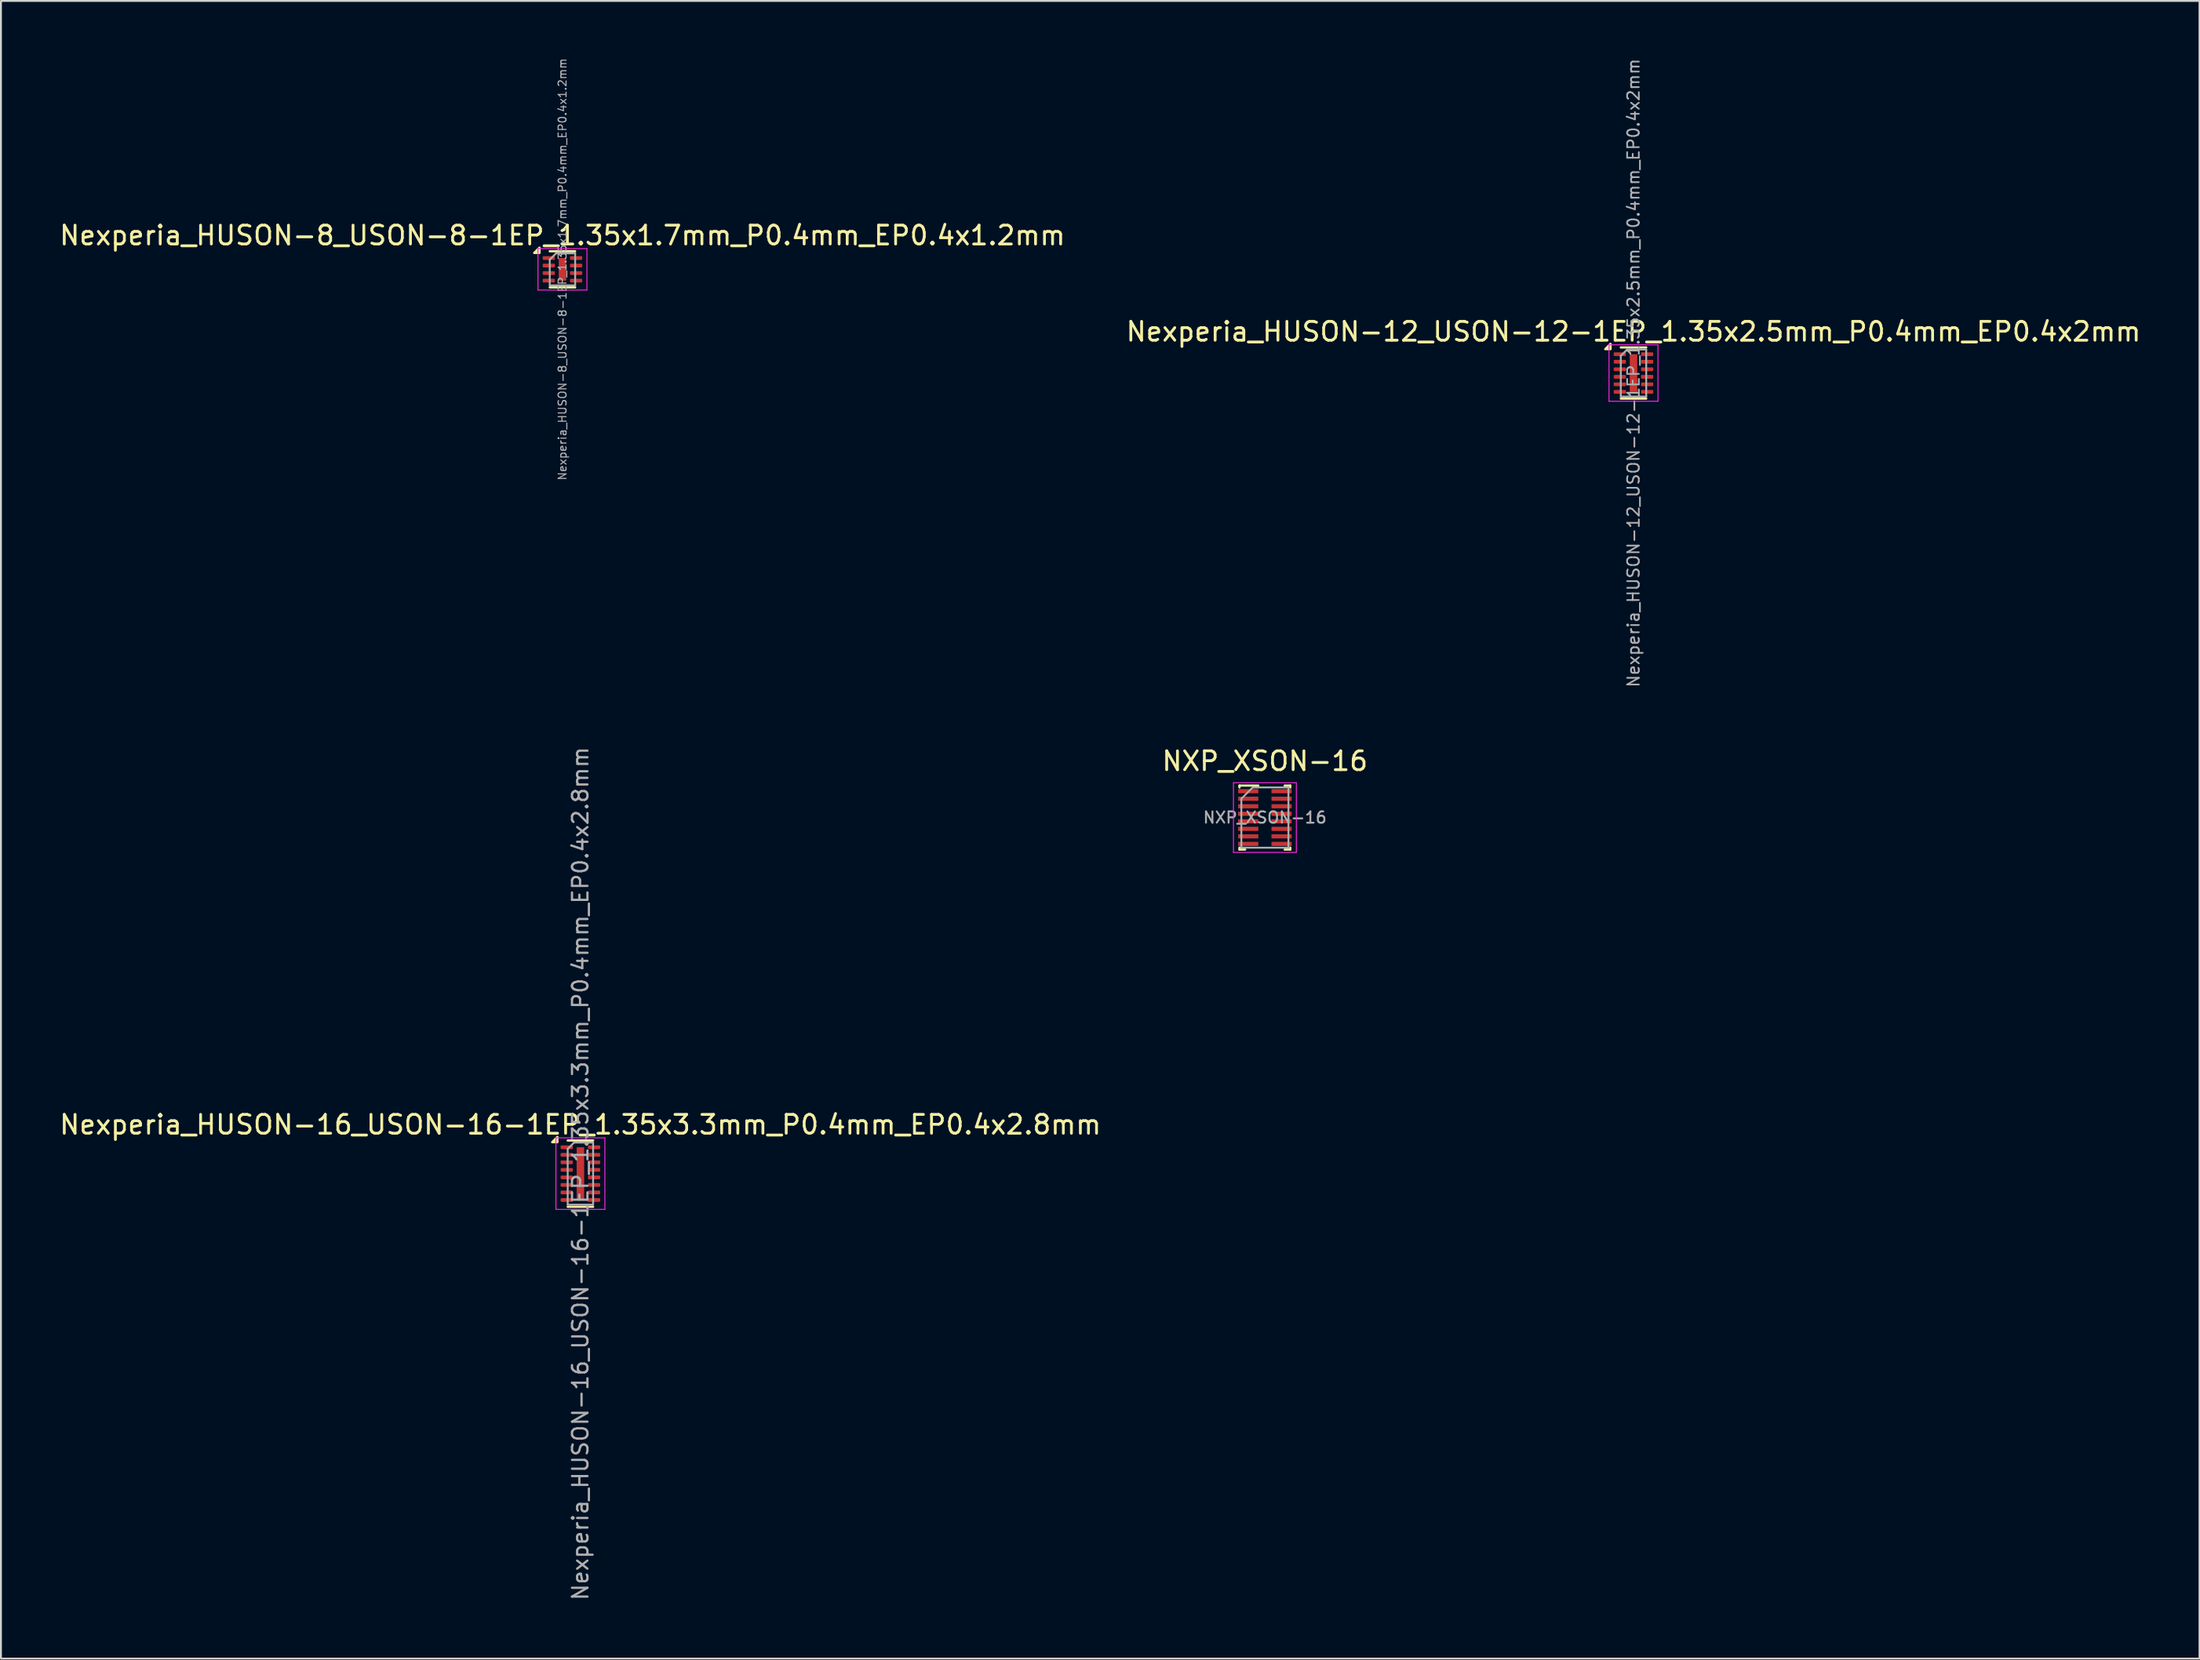
<source format=kicad_pcb>
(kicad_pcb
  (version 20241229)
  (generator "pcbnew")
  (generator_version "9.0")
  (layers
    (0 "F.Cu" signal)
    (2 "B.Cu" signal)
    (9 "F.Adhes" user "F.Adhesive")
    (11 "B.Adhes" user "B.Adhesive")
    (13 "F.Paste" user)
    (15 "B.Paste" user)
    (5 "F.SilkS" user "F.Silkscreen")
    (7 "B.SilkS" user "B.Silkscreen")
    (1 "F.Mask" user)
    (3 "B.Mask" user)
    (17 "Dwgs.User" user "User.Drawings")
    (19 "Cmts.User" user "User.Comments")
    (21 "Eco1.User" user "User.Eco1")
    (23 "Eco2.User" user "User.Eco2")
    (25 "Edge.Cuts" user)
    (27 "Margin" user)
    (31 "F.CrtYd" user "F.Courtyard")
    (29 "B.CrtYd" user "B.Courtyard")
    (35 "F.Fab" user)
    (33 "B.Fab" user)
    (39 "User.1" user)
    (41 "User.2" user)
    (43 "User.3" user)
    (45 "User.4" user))
  (footprint "Nexperia_HUSON-16_USON-16-1EP_1.35x3.3mm_P0.4mm_EP0.4x2.8mm"
    (layer "F.Cu")
    (at 27.768 59.303)
    (property "Reference" "Nexperia_HUSON-16_USON-16-1EP_1.35x3.3mm_P0.4mm_EP0.4x2.8mm" (at 0 -2.6 0) (layer "F.SilkS") (effects (font (size 1 1) (thickness 0.15))))
    (attr smd)
    (fp_line (start -0.675 -1.76) (end 0.675 -1.76) (stroke (width 0.12) (type solid)) (layer "F.SilkS"))
    (fp_line (start -0.675 1.76) (end 0.675 1.76) (stroke (width 0.12) (type solid)) (layer "F.SilkS"))
    (fp_poly (pts (xy -1.22 -1.67) (xy -1.5 -1.67) (xy -1.22 -1.95) (xy -1.22 -1.67)) (stroke (width 0.12) (type solid)) (fill yes) (layer "F.SilkS"))
    (fp_line (start -1.3 -1.9) (end -1.3 1.9) (stroke (width 0.05) (type solid)) (layer "F.CrtYd"))
    (fp_line (start -1.3 1.9) (end 1.3 1.9) (stroke (width 0.05) (type solid)) (layer "F.CrtYd"))
    (fp_line (start 1.3 -1.9) (end -1.3 -1.9) (stroke (width 0.05) (type solid)) (layer "F.CrtYd"))
    (fp_line (start 1.3 1.9) (end 1.3 -1.9) (stroke (width 0.05) (type solid)) (layer "F.CrtYd"))
    (fp_line (start -0.675 -1.312) (end -0.338 -1.65) (stroke (width 0.1) (type solid)) (layer "F.Fab"))
    (fp_line (start -0.675 1.65) (end -0.675 -1.312) (stroke (width 0.1) (type solid)) (layer "F.Fab"))
    (fp_line (start -0.338 -1.65) (end 0.675 -1.65) (stroke (width 0.1) (type solid)) (layer "F.Fab"))
    (fp_line (start 0.675 -1.65) (end 0.675 1.65) (stroke (width 0.1) (type solid)) (layer "F.Fab"))
    (fp_line (start 0.675 1.65) (end -0.675 1.65) (stroke (width 0.1) (type solid)) (layer "F.Fab"))
    (fp_text user "${REFERENCE}" (at 0 0 90) (layer "F.Fab") (effects (font (size 0.82 0.82) (thickness 0.12))))
    (pad "" smd roundrect (at 0 0) (size 0.32 2.26) (layers "F.Paste") (roundrect_rratio 0.25))
    (pad "1" smd roundrect (at -0.725 -1.4) (size 0.65 0.2) (layers "F.Cu" "F.Mask" "F.Paste") (roundrect_rratio 0.25))
    (pad "2" smd roundrect (at -0.725 -1) (size 0.65 0.2) (layers "F.Cu" "F.Mask" "F.Paste") (roundrect_rratio 0.25))
    (pad "3" smd roundrect (at -0.725 -0.6) (size 0.65 0.2) (layers "F.Cu" "F.Mask" "F.Paste") (roundrect_rratio 0.25))
    (pad "4" smd roundrect (at -0.725 -0.2) (size 0.65 0.2) (layers "F.Cu" "F.Mask" "F.Paste") (roundrect_rratio 0.25))
    (pad "5" smd roundrect (at -0.725 0.2) (size 0.65 0.2) (layers "F.Cu" "F.Mask" "F.Paste") (roundrect_rratio 0.25))
    (pad "6" smd roundrect (at -0.725 0.6) (size 0.65 0.2) (layers "F.Cu" "F.Mask" "F.Paste") (roundrect_rratio 0.25))
    (pad "7" smd roundrect (at -0.725 1) (size 0.65 0.2) (layers "F.Cu" "F.Mask" "F.Paste") (roundrect_rratio 0.25))
    (pad "8" smd roundrect (at -0.725 1.4) (size 0.65 0.2) (layers "F.Cu" "F.Mask" "F.Paste") (roundrect_rratio 0.25))
    (pad "9" smd roundrect (at 0.725 1.4) (size 0.65 0.2) (layers "F.Cu" "F.Mask" "F.Paste") (roundrect_rratio 0.25))
    (pad "10" smd roundrect (at 0.725 1) (size 0.65 0.2) (layers "F.Cu" "F.Mask" "F.Paste") (roundrect_rratio 0.25))
    (pad "11" smd roundrect (at 0.725 0.6) (size 0.65 0.2) (layers "F.Cu" "F.Mask" "F.Paste") (roundrect_rratio 0.25))
    (pad "12" smd roundrect (at 0.725 0.2) (size 0.65 0.2) (layers "F.Cu" "F.Mask" "F.Paste") (roundrect_rratio 0.25))
    (pad "13" smd roundrect (at 0.725 -0.2) (size 0.65 0.2) (layers "F.Cu" "F.Mask" "F.Paste") (roundrect_rratio 0.25))
    (pad "14" smd roundrect (at 0.725 -0.6) (size 0.65 0.2) (layers "F.Cu" "F.Mask" "F.Paste") (roundrect_rratio 0.25))
    (pad "15" smd roundrect (at 0.725 -1) (size 0.65 0.2) (layers "F.Cu" "F.Mask" "F.Paste") (roundrect_rratio 0.25))
    (pad "16" smd roundrect (at 0.725 -1.4) (size 0.65 0.2) (layers "F.Cu" "F.Mask" "F.Paste") (roundrect_rratio 0.25))
    (pad "17" smd rect (at 0 0) (size 0.4 2.8) (property pad_prop_heatsink) (layers "F.Cu" "F.Mask")))
  (footprint "Nexperia_HUSON-12_USON-12-1EP_1.35x2.5mm_P0.4mm_EP0.4x2mm"
    (layer "F.Cu")
    (at 83.685 16.769)
    (property "Reference" "Nexperia_HUSON-12_USON-12-1EP_1.35x2.5mm_P0.4mm_EP0.4x2mm" (at 0 -2.2 0) (layer "F.SilkS") (effects (font (size 1 1) (thickness 0.15))))
    (attr smd)
    (fp_line (start -0.675 -1.36) (end 0.675 -1.36) (stroke (width 0.12) (type solid)) (layer "F.SilkS"))
    (fp_line (start -0.675 1.36) (end 0.675 1.36) (stroke (width 0.12) (type solid)) (layer "F.SilkS"))
    (fp_poly (pts (xy -1.22 -1.27) (xy -1.5 -1.27) (xy -1.22 -1.55) (xy -1.22 -1.27)) (stroke (width 0.12) (type solid)) (fill yes) (layer "F.SilkS"))
    (fp_line (start -1.3 -1.5) (end -1.3 1.5) (stroke (width 0.05) (type solid)) (layer "F.CrtYd"))
    (fp_line (start -1.3 1.5) (end 1.3 1.5) (stroke (width 0.05) (type solid)) (layer "F.CrtYd"))
    (fp_line (start 1.3 -1.5) (end -1.3 -1.5) (stroke (width 0.05) (type solid)) (layer "F.CrtYd"))
    (fp_line (start 1.3 1.5) (end 1.3 -1.5) (stroke (width 0.05) (type solid)) (layer "F.CrtYd"))
    (fp_line (start -0.675 -0.912) (end -0.338 -1.25) (stroke (width 0.1) (type solid)) (layer "F.Fab"))
    (fp_line (start -0.675 1.25) (end -0.675 -0.912) (stroke (width 0.1) (type solid)) (layer "F.Fab"))
    (fp_line (start -0.338 -1.25) (end 0.675 -1.25) (stroke (width 0.1) (type solid)) (layer "F.Fab"))
    (fp_line (start 0.675 -1.25) (end 0.675 1.25) (stroke (width 0.1) (type solid)) (layer "F.Fab"))
    (fp_line (start 0.675 1.25) (end -0.675 1.25) (stroke (width 0.1) (type solid)) (layer "F.Fab"))
    (fp_text user "${REFERENCE}" (at 0 0 90) (layer "F.Fab") (effects (font (size 0.62 0.62) (thickness 0.09))))
    (pad "" smd roundrect (at 0 0) (size 0.32 1.61) (layers "F.Paste") (roundrect_rratio 0.25))
    (pad "1" smd roundrect (at -0.725 -1) (size 0.65 0.2) (layers "F.Cu" "F.Mask" "F.Paste") (roundrect_rratio 0.25))
    (pad "2" smd roundrect (at -0.725 -0.6) (size 0.65 0.2) (layers "F.Cu" "F.Mask" "F.Paste") (roundrect_rratio 0.25))
    (pad "3" smd roundrect (at -0.725 -0.2) (size 0.65 0.2) (layers "F.Cu" "F.Mask" "F.Paste") (roundrect_rratio 0.25))
    (pad "4" smd roundrect (at -0.725 0.2) (size 0.65 0.2) (layers "F.Cu" "F.Mask" "F.Paste") (roundrect_rratio 0.25))
    (pad "5" smd roundrect (at -0.725 0.6) (size 0.65 0.2) (layers "F.Cu" "F.Mask" "F.Paste") (roundrect_rratio 0.25))
    (pad "6" smd roundrect (at -0.725 1) (size 0.65 0.2) (layers "F.Cu" "F.Mask" "F.Paste") (roundrect_rratio 0.25))
    (pad "7" smd roundrect (at 0.725 1) (size 0.65 0.2) (layers "F.Cu" "F.Mask" "F.Paste") (roundrect_rratio 0.25))
    (pad "8" smd roundrect (at 0.725 0.6) (size 0.65 0.2) (layers "F.Cu" "F.Mask" "F.Paste") (roundrect_rratio 0.25))
    (pad "9" smd roundrect (at 0.725 0.2) (size 0.65 0.2) (layers "F.Cu" "F.Mask" "F.Paste") (roundrect_rratio 0.25))
    (pad "10" smd roundrect (at 0.725 -0.2) (size 0.65 0.2) (layers "F.Cu" "F.Mask" "F.Paste") (roundrect_rratio 0.25))
    (pad "11" smd roundrect (at 0.725 -0.6) (size 0.65 0.2) (layers "F.Cu" "F.Mask" "F.Paste") (roundrect_rratio 0.25))
    (pad "12" smd roundrect (at 0.725 -1) (size 0.65 0.2) (layers "F.Cu" "F.Mask" "F.Paste") (roundrect_rratio 0.25))
    (pad "13" smd rect (at 0 0) (size 0.4 2) (property pad_prop_heatsink) (layers "F.Cu" "F.Mask")))
  (footprint "Nexperia_HUSON-8_USON-8-1EP_1.35x1.7mm_P0.4mm_EP0.4x1.2mm"
    (layer "F.Cu")
    (at 26.815 11.258)
    (property "Reference" "Nexperia_HUSON-8_USON-8-1EP_1.35x1.7mm_P0.4mm_EP0.4x1.2mm" (at 0 -1.8 0) (layer "F.SilkS") (effects (font (size 1 1) (thickness 0.15))))
    (attr smd)
    (fp_line (start -0.675 -0.96) (end 0.675 -0.96) (stroke (width 0.12) (type solid)) (layer "F.SilkS"))
    (fp_line (start -0.675 0.96) (end 0.675 0.96) (stroke (width 0.12) (type solid)) (layer "F.SilkS"))
    (fp_poly (pts (xy -1.22 -0.87) (xy -1.5 -0.87) (xy -1.22 -1.15) (xy -1.22 -0.87)) (stroke (width 0.12) (type solid)) (fill yes) (layer "F.SilkS"))
    (fp_line (start -1.3 -1.1) (end -1.3 1.1) (stroke (width 0.05) (type solid)) (layer "F.CrtYd"))
    (fp_line (start -1.3 1.1) (end 1.3 1.1) (stroke (width 0.05) (type solid)) (layer "F.CrtYd"))
    (fp_line (start 1.3 -1.1) (end -1.3 -1.1) (stroke (width 0.05) (type solid)) (layer "F.CrtYd"))
    (fp_line (start 1.3 1.1) (end 1.3 -1.1) (stroke (width 0.05) (type solid)) (layer "F.CrtYd"))
    (fp_line (start -0.675 -0.512) (end -0.338 -0.85) (stroke (width 0.1) (type solid)) (layer "F.Fab"))
    (fp_line (start -0.675 0.85) (end -0.675 -0.512) (stroke (width 0.1) (type solid)) (layer "F.Fab"))
    (fp_line (start -0.338 -0.85) (end 0.675 -0.85) (stroke (width 0.1) (type solid)) (layer "F.Fab"))
    (fp_line (start 0.675 -0.85) (end 0.675 0.85) (stroke (width 0.1) (type solid)) (layer "F.Fab"))
    (fp_line (start 0.675 0.85) (end -0.675 0.85) (stroke (width 0.1) (type solid)) (layer "F.Fab"))
    (fp_text user "${REFERENCE}" (at 0 0 90) (layer "F.Fab") (effects (font (size 0.42 0.42) (thickness 0.06))))
    (pad "" smd roundrect (at 0 0) (size 0.32 0.97) (layers "F.Paste") (roundrect_rratio 0.25))
    (pad "1" smd roundrect (at -0.725 -0.6) (size 0.65 0.2) (layers "F.Cu" "F.Mask" "F.Paste") (roundrect_rratio 0.25))
    (pad "2" smd roundrect (at -0.725 -0.2) (size 0.65 0.2) (layers "F.Cu" "F.Mask" "F.Paste") (roundrect_rratio 0.25))
    (pad "3" smd roundrect (at -0.725 0.2) (size 0.65 0.2) (layers "F.Cu" "F.Mask" "F.Paste") (roundrect_rratio 0.25))
    (pad "4" smd roundrect (at -0.725 0.6) (size 0.65 0.2) (layers "F.Cu" "F.Mask" "F.Paste") (roundrect_rratio 0.25))
    (pad "5" smd roundrect (at 0.725 0.6) (size 0.65 0.2) (layers "F.Cu" "F.Mask" "F.Paste") (roundrect_rratio 0.25))
    (pad "6" smd roundrect (at 0.725 0.2) (size 0.65 0.2) (layers "F.Cu" "F.Mask" "F.Paste") (roundrect_rratio 0.25))
    (pad "7" smd roundrect (at 0.725 -0.2) (size 0.65 0.2) (layers "F.Cu" "F.Mask" "F.Paste") (roundrect_rratio 0.25))
    (pad "8" smd roundrect (at 0.725 -0.6) (size 0.65 0.2) (layers "F.Cu" "F.Mask" "F.Paste") (roundrect_rratio 0.25))
    (pad "9" smd rect (at 0 0) (size 0.4 1.2) (property pad_prop_heatsink) (layers "F.Cu" "F.Mask")))
  (footprint "NXP_XSON-16"
    (layer "F.Cu")
    (at 64.113 40.386)
    (property "Reference" "NXP_XSON-16" (at 0 -3 0) (layer "F.SilkS") (effects (font (size 1 1) (thickness 0.15))))
    (attr smd)
    (fp_line (start -1.35 -1.7) (end -1.35 -1.6) (stroke (width 0.12) (type solid)) (layer "F.SilkS"))
    (fp_line (start -1.35 -1.7) (end -0.35 -1.7) (stroke (width 0.12) (type solid)) (layer "F.SilkS"))
    (fp_line (start -1.35 1.6) (end -1.35 1.7) (stroke (width 0.12) (type solid)) (layer "F.SilkS"))
    (fp_line (start -1.35 1.7) (end -1.05 1.7) (stroke (width 0.12) (type solid)) (layer "F.SilkS"))
    (fp_line (start 1.35 -1.7) (end 1.05 -1.7) (stroke (width 0.12) (type solid)) (layer "F.SilkS"))
    (fp_line (start 1.35 -1.7) (end 1.35 -1.6) (stroke (width 0.12) (type solid)) (layer "F.SilkS"))
    (fp_line (start 1.35 1.6) (end 1.35 1.7) (stroke (width 0.12) (type solid)) (layer "F.SilkS"))
    (fp_line (start 1.35 1.7) (end 1.05 1.7) (stroke (width 0.12) (type solid)) (layer "F.SilkS"))
    (fp_line (start -1.67 -1.85) (end -1.67 1.85) (stroke (width 0.05) (type solid)) (layer "F.CrtYd"))
    (fp_line (start -1.67 -1.85) (end 1.67 -1.85) (stroke (width 0.05) (type solid)) (layer "F.CrtYd"))
    (fp_line (start 1.67 1.85) (end -1.67 1.85) (stroke (width 0.05) (type solid)) (layer "F.CrtYd"))
    (fp_line (start 1.67 1.85) (end 1.67 -1.85) (stroke (width 0.05) (type solid)) (layer "F.CrtYd"))
    (fp_line (start -1.25 -0.975) (end -1.25 1.6) (stroke (width 0.1) (type solid)) (layer "F.Fab"))
    (fp_line (start -1.25 1.6) (end 1.25 1.6) (stroke (width 0.1) (type solid)) (layer "F.Fab"))
    (fp_line (start -0.65 -1.6) (end -1.25 -1) (stroke (width 0.1) (type solid)) (layer "F.Fab"))
    (fp_line (start -0.625 -1.6) (end 1.25 -1.6) (stroke (width 0.1) (type solid)) (layer "F.Fab"))
    (fp_line (start 1.25 -1.6) (end 1.25 1.6) (stroke (width 0.1) (type solid)) (layer "F.Fab"))
    (fp_text user "${REFERENCE}" (at 0 0 0) (layer "F.Fab") (effects (font (size 0.6 0.6) (thickness 0.1))))
    (pad "1" smd rect (at -0.885 -1.4) (size 1.07 0.22) (layers "F.Cu" "F.Mask" "F.Paste"))
    (pad "2" smd rect (at -0.885 -1) (size 1.07 0.22) (layers "F.Cu" "F.Mask" "F.Paste"))
    (pad "3" smd rect (at -0.885 -0.6) (size 1.07 0.22) (layers "F.Cu" "F.Mask" "F.Paste"))
    (pad "4" smd rect (at -0.885 -0.2) (size 1.07 0.22) (layers "F.Cu" "F.Mask" "F.Paste"))
    (pad "5" smd rect (at -0.885 0.2) (size 1.07 0.22) (layers "F.Cu" "F.Mask" "F.Paste"))
    (pad "6" smd rect (at -0.885 0.6) (size 1.07 0.22) (layers "F.Cu" "F.Mask" "F.Paste"))
    (pad "7" smd rect (at -0.885 1) (size 1.07 0.22) (layers "F.Cu" "F.Mask" "F.Paste"))
    (pad "8" smd rect (at -0.885 1.4) (size 1.07 0.22) (layers "F.Cu" "F.Mask" "F.Paste"))
    (pad "9" smd rect (at 0.885 1.4) (size 1.07 0.22) (layers "F.Cu" "F.Mask" "F.Paste"))
    (pad "10" smd rect (at 0.885 1) (size 1.07 0.22) (layers "F.Cu" "F.Mask" "F.Paste"))
    (pad "11" smd rect (at 0.885 0.6) (size 1.07 0.22) (layers "F.Cu" "F.Mask" "F.Paste"))
    (pad "12" smd rect (at 0.885 0.2) (size 1.07 0.22) (layers "F.Cu" "F.Mask" "F.Paste"))
    (pad "13" smd rect (at 0.885 -0.2) (size 1.07 0.22) (layers "F.Cu" "F.Mask" "F.Paste"))
    (pad "14" smd rect (at 0.885 -0.6) (size 1.07 0.22) (layers "F.Cu" "F.Mask" "F.Paste"))
    (pad "15" smd rect (at 0.885 -1) (size 1.07 0.22) (layers "F.Cu" "F.Mask" "F.Paste"))
    (pad "16" smd rect (at 0.885 -1.4) (size 1.07 0.22) (layers "F.Cu" "F.Mask" "F.Paste")))
  (gr_rect
    (start -3 -3)
    (end 113.738 85.068)
    (stroke (width 0.1) (type default))
    (fill no)
    (layer "Edge.Cuts")))
</source>
